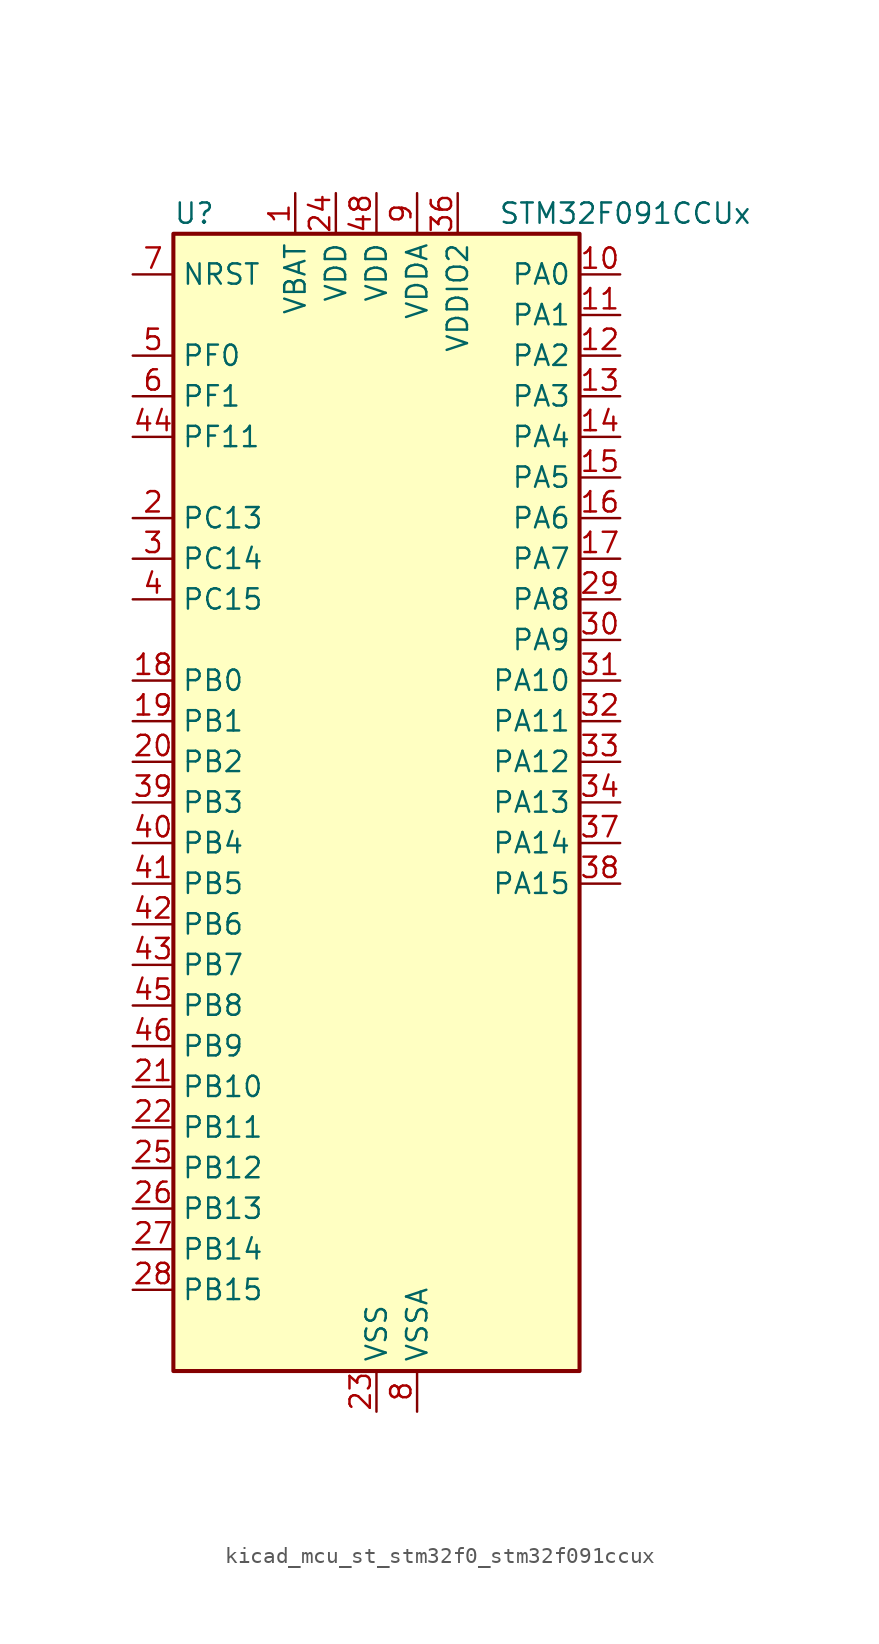
<source format=kicad_sym>
(kicad_symbol_lib
  (version 20220914)
  (generator kicad_symbol_editor)
  (symbol "kicad_mcu_st_stm32f0_stm32f091ccux"
    (property "Reference" "U"
      (at -12.7 36.83 0)
      (effects (font (size 1.27 1.27)) (justify left)))
    (property "Value" "STM32F091CCUx"
      (at 7.62 36.83 0)
      (effects (font (size 1.27 1.27)) (justify left)))
    (property "ki_locked" ""
      (at 0 0 0)
      (effects (font (size 1.27 1.27))))
    (symbol "kicad_mcu_st_stm32f0_stm32f091ccux_0_1"
      (rectangle (start -12.7 -35.56) (end 12.7 35.56) (stroke (width 0.254) (type default)) (fill (type background))))
    (symbol "kicad_mcu_st_stm32f0_stm32f091ccux_1_1"
      (pin power_in line (at -5.08 38.1 270) (length 2.54) (name "VBAT" (effects (font (size 1.27 1.27)))) (number "1" (effects (font (size 1.27 1.27)))))
      (pin bidirectional line (at 15.24 33.02 180) (length 2.54) (name "PA0" (effects (font (size 1.27 1.27)))) (number "10" (effects (font (size 1.27 1.27)))) (alternate "ADC_IN0" bidirectional line) (alternate "COMP1_INM" bidirectional line) (alternate "COMP1_OUT" bidirectional line) (alternate "RTC_TAMP2" bidirectional line) (alternate "SYS_WKUP1" bidirectional line) (alternate "TIM2_CH1" bidirectional line) (alternate "TIM2_ETR" bidirectional line) (alternate "TSC_G1_IO1" bidirectional line) (alternate "USART2_CTS" bidirectional line) (alternate "USART4_TX" bidirectional line))
      (pin bidirectional line (at 15.24 30.48 180) (length 2.54) (name "PA1" (effects (font (size 1.27 1.27)))) (number "11" (effects (font (size 1.27 1.27)))) (alternate "ADC_IN1" bidirectional line) (alternate "COMP1_INP" bidirectional line) (alternate "TIM15_CH1N" bidirectional line) (alternate "TIM2_CH2" bidirectional line) (alternate "TSC_G1_IO2" bidirectional line) (alternate "USART2_DE" bidirectional line) (alternate "USART2_RTS" bidirectional line) (alternate "USART4_RX" bidirectional line))
      (pin bidirectional line (at 15.24 27.94 180) (length 2.54) (name "PA2" (effects (font (size 1.27 1.27)))) (number "12" (effects (font (size 1.27 1.27)))) (alternate "ADC_IN2" bidirectional line) (alternate "COMP2_INM" bidirectional line) (alternate "COMP2_OUT" bidirectional line) (alternate "SYS_WKUP4" bidirectional line) (alternate "TIM15_CH1" bidirectional line) (alternate "TIM2_CH3" bidirectional line) (alternate "TSC_G1_IO3" bidirectional line) (alternate "USART2_TX" bidirectional line))
      (pin bidirectional line (at 15.24 25.4 180) (length 2.54) (name "PA3" (effects (font (size 1.27 1.27)))) (number "13" (effects (font (size 1.27 1.27)))) (alternate "ADC_IN3" bidirectional line) (alternate "COMP2_INP" bidirectional line) (alternate "TIM15_CH2" bidirectional line) (alternate "TIM2_CH4" bidirectional line) (alternate "TSC_G1_IO4" bidirectional line) (alternate "USART2_RX" bidirectional line))
      (pin bidirectional line (at 15.24 22.86 180) (length 2.54) (name "PA4" (effects (font (size 1.27 1.27)))) (number "14" (effects (font (size 1.27 1.27)))) (alternate "ADC_IN4" bidirectional line) (alternate "COMP1_INM" bidirectional line) (alternate "COMP2_INM" bidirectional line) (alternate "DAC_OUT1" bidirectional line) (alternate "I2S1_WS" bidirectional line) (alternate "SPI1_NSS" bidirectional line) (alternate "TIM14_CH1" bidirectional line) (alternate "TSC_G2_IO1" bidirectional line) (alternate "USART2_CK" bidirectional line) (alternate "USART6_TX" bidirectional line))
      (pin bidirectional line (at 15.24 20.32 180) (length 2.54) (name "PA5" (effects (font (size 1.27 1.27)))) (number "15" (effects (font (size 1.27 1.27)))) (alternate "ADC_IN5" bidirectional line) (alternate "CEC" bidirectional line) (alternate "COMP1_INM" bidirectional line) (alternate "COMP2_INM" bidirectional line) (alternate "DAC_OUT2" bidirectional line) (alternate "I2S1_CK" bidirectional line) (alternate "SPI1_SCK" bidirectional line) (alternate "TIM2_CH1" bidirectional line) (alternate "TIM2_ETR" bidirectional line) (alternate "TSC_G2_IO2" bidirectional line) (alternate "USART6_RX" bidirectional line))
      (pin bidirectional line (at 15.24 17.78 180) (length 2.54) (name "PA6" (effects (font (size 1.27 1.27)))) (number "16" (effects (font (size 1.27 1.27)))) (alternate "ADC_IN6" bidirectional line) (alternate "COMP1_OUT" bidirectional line) (alternate "I2S1_MCK" bidirectional line) (alternate "SPI1_MISO" bidirectional line) (alternate "TIM16_CH1" bidirectional line) (alternate "TIM1_BKIN" bidirectional line) (alternate "TIM3_CH1" bidirectional line) (alternate "TSC_G2_IO3" bidirectional line) (alternate "USART3_CTS" bidirectional line))
      (pin bidirectional line (at 15.24 15.24 180) (length 2.54) (name "PA7" (effects (font (size 1.27 1.27)))) (number "17" (effects (font (size 1.27 1.27)))) (alternate "ADC_IN7" bidirectional line) (alternate "COMP2_OUT" bidirectional line) (alternate "I2S1_SD" bidirectional line) (alternate "SPI1_MOSI" bidirectional line) (alternate "TIM14_CH1" bidirectional line) (alternate "TIM17_CH1" bidirectional line) (alternate "TIM1_CH1N" bidirectional line) (alternate "TIM3_CH2" bidirectional line) (alternate "TSC_G2_IO4" bidirectional line))
      (pin bidirectional line (at -15.24 7.62 0) (length 2.54) (name "PB0" (effects (font (size 1.27 1.27)))) (number "18" (effects (font (size 1.27 1.27)))) (alternate "ADC_IN8" bidirectional line) (alternate "TIM1_CH2N" bidirectional line) (alternate "TIM3_CH3" bidirectional line) (alternate "TSC_G3_IO2" bidirectional line) (alternate "USART3_CK" bidirectional line))
      (pin bidirectional line (at -15.24 5.08 0) (length 2.54) (name "PB1" (effects (font (size 1.27 1.27)))) (number "19" (effects (font (size 1.27 1.27)))) (alternate "ADC_IN9" bidirectional line) (alternate "TIM14_CH1" bidirectional line) (alternate "TIM1_CH3N" bidirectional line) (alternate "TIM3_CH4" bidirectional line) (alternate "TSC_G3_IO3" bidirectional line) (alternate "USART3_DE" bidirectional line) (alternate "USART3_RTS" bidirectional line))
      (pin bidirectional line (at -15.24 17.78 0) (length 2.54) (name "PC13" (effects (font (size 1.27 1.27)))) (number "2" (effects (font (size 1.27 1.27)))) (alternate "RTC_OUT_ALARM" bidirectional line) (alternate "RTC_OUT_CALIB" bidirectional line) (alternate "RTC_TAMP1" bidirectional line) (alternate "RTC_TS" bidirectional line) (alternate "SYS_WKUP2" bidirectional line))
      (pin bidirectional line (at -15.24 2.54 0) (length 2.54) (name "PB2" (effects (font (size 1.27 1.27)))) (number "20" (effects (font (size 1.27 1.27)))) (alternate "TSC_G3_IO4" bidirectional line))
      (pin bidirectional line (at -15.24 -17.78 0) (length 2.54) (name "PB10" (effects (font (size 1.27 1.27)))) (number "21" (effects (font (size 1.27 1.27)))) (alternate "CEC" bidirectional line) (alternate "I2C2_SCL" bidirectional line) (alternate "I2S2_CK" bidirectional line) (alternate "SPI2_SCK" bidirectional line) (alternate "TIM2_CH3" bidirectional line) (alternate "TSC_SYNC" bidirectional line) (alternate "USART3_TX" bidirectional line))
      (pin bidirectional line (at -15.24 -20.32 0) (length 2.54) (name "PB11" (effects (font (size 1.27 1.27)))) (number "22" (effects (font (size 1.27 1.27)))) (alternate "I2C2_SDA" bidirectional line) (alternate "TIM2_CH4" bidirectional line) (alternate "TSC_G6_IO1" bidirectional line) (alternate "USART3_RX" bidirectional line))
      (pin power_in line (at 0 -38.1 90) (length 2.54) (name "VSS" (effects (font (size 1.27 1.27)))) (number "23" (effects (font (size 1.27 1.27)))))
      (pin power_in line (at -2.54 38.1 270) (length 2.54) (name "VDD" (effects (font (size 1.27 1.27)))) (number "24" (effects (font (size 1.27 1.27)))))
      (pin bidirectional line (at -15.24 -22.86 0) (length 2.54) (name "PB12" (effects (font (size 1.27 1.27)))) (number "25" (effects (font (size 1.27 1.27)))) (alternate "I2S2_WS" bidirectional line) (alternate "SPI2_NSS" bidirectional line) (alternate "TIM15_BKIN" bidirectional line) (alternate "TIM1_BKIN" bidirectional line) (alternate "TSC_G6_IO2" bidirectional line) (alternate "USART3_CK" bidirectional line))
      (pin bidirectional line (at -15.24 -25.4 0) (length 2.54) (name "PB13" (effects (font (size 1.27 1.27)))) (number "26" (effects (font (size 1.27 1.27)))) (alternate "I2C2_SCL" bidirectional line) (alternate "I2S2_CK" bidirectional line) (alternate "SPI2_SCK" bidirectional line) (alternate "TIM1_CH1N" bidirectional line) (alternate "TSC_G6_IO3" bidirectional line) (alternate "USART3_CTS" bidirectional line))
      (pin bidirectional line (at -15.24 -27.94 0) (length 2.54) (name "PB14" (effects (font (size 1.27 1.27)))) (number "27" (effects (font (size 1.27 1.27)))) (alternate "I2C2_SDA" bidirectional line) (alternate "I2S2_MCK" bidirectional line) (alternate "SPI2_MISO" bidirectional line) (alternate "TIM15_CH1" bidirectional line) (alternate "TIM1_CH2N" bidirectional line) (alternate "TSC_G6_IO4" bidirectional line) (alternate "USART3_DE" bidirectional line) (alternate "USART3_RTS" bidirectional line))
      (pin bidirectional line (at -15.24 -30.48 0) (length 2.54) (name "PB15" (effects (font (size 1.27 1.27)))) (number "28" (effects (font (size 1.27 1.27)))) (alternate "I2S2_SD" bidirectional line) (alternate "RTC_REFIN" bidirectional line) (alternate "SPI2_MOSI" bidirectional line) (alternate "SYS_WKUP7" bidirectional line) (alternate "TIM15_CH1N" bidirectional line) (alternate "TIM15_CH2" bidirectional line) (alternate "TIM1_CH3N" bidirectional line))
      (pin bidirectional line (at 15.24 12.7 180) (length 2.54) (name "PA8" (effects (font (size 1.27 1.27)))) (number "29" (effects (font (size 1.27 1.27)))) (alternate "CRS_SYNC" bidirectional line) (alternate "RCC_MCO" bidirectional line) (alternate "TIM1_CH1" bidirectional line) (alternate "USART1_CK" bidirectional line))
      (pin bidirectional line (at -15.24 15.24 0) (length 2.54) (name "PC14" (effects (font (size 1.27 1.27)))) (number "3" (effects (font (size 1.27 1.27)))) (alternate "RCC_OSC32_IN" bidirectional line))
      (pin bidirectional line (at 15.24 10.16 180) (length 2.54) (name "PA9" (effects (font (size 1.27 1.27)))) (number "30" (effects (font (size 1.27 1.27)))) (alternate "DAC_EXTI9" bidirectional line) (alternate "I2C1_SCL" bidirectional line) (alternate "RCC_MCO" bidirectional line) (alternate "TIM15_BKIN" bidirectional line) (alternate "TIM1_CH2" bidirectional line) (alternate "TSC_G4_IO1" bidirectional line) (alternate "USART1_TX" bidirectional line))
      (pin bidirectional line (at 15.24 7.62 180) (length 2.54) (name "PA10" (effects (font (size 1.27 1.27)))) (number "31" (effects (font (size 1.27 1.27)))) (alternate "I2C1_SDA" bidirectional line) (alternate "TIM17_BKIN" bidirectional line) (alternate "TIM1_CH3" bidirectional line) (alternate "TSC_G4_IO2" bidirectional line) (alternate "USART1_RX" bidirectional line))
      (pin bidirectional line (at 15.24 5.08 180) (length 2.54) (name "PA11" (effects (font (size 1.27 1.27)))) (number "32" (effects (font (size 1.27 1.27)))) (alternate "CAN_RX" bidirectional line) (alternate "COMP1_OUT" bidirectional line) (alternate "I2C2_SCL" bidirectional line) (alternate "TIM1_CH4" bidirectional line) (alternate "TSC_G4_IO3" bidirectional line) (alternate "USART1_CTS" bidirectional line))
      (pin bidirectional line (at 15.24 2.54 180) (length 2.54) (name "PA12" (effects (font (size 1.27 1.27)))) (number "33" (effects (font (size 1.27 1.27)))) (alternate "CAN_TX" bidirectional line) (alternate "COMP2_OUT" bidirectional line) (alternate "I2C2_SDA" bidirectional line) (alternate "TIM1_ETR" bidirectional line) (alternate "TSC_G4_IO4" bidirectional line) (alternate "USART1_DE" bidirectional line) (alternate "USART1_RTS" bidirectional line))
      (pin bidirectional line (at 15.24 0 180) (length 2.54) (name "PA13" (effects (font (size 1.27 1.27)))) (number "34" (effects (font (size 1.27 1.27)))) (alternate "IR_OUT" bidirectional line) (alternate "SYS_SWDIO" bidirectional line))
      (pin passive line (at 0 -38.1 90) (length 2.54) hide (name "VSS" (effects (font (size 1.27 1.27)))) (number "35" (effects (font (size 1.27 1.27)))))
      (pin power_in line (at 5.08 38.1 270) (length 2.54) (name "VDDIO2" (effects (font (size 1.27 1.27)))) (number "36" (effects (font (size 1.27 1.27)))))
      (pin bidirectional line (at 15.24 -2.54 180) (length 2.54) (name "PA14" (effects (font (size 1.27 1.27)))) (number "37" (effects (font (size 1.27 1.27)))) (alternate "SYS_SWCLK" bidirectional line) (alternate "USART2_TX" bidirectional line))
      (pin bidirectional line (at 15.24 -5.08 180) (length 2.54) (name "PA15" (effects (font (size 1.27 1.27)))) (number "38" (effects (font (size 1.27 1.27)))) (alternate "I2S1_WS" bidirectional line) (alternate "SPI1_NSS" bidirectional line) (alternate "TIM2_CH1" bidirectional line) (alternate "TIM2_ETR" bidirectional line) (alternate "USART2_RX" bidirectional line) (alternate "USART4_DE" bidirectional line) (alternate "USART4_RTS" bidirectional line))
      (pin bidirectional line (at -15.24 0 0) (length 2.54) (name "PB3" (effects (font (size 1.27 1.27)))) (number "39" (effects (font (size 1.27 1.27)))) (alternate "I2S1_CK" bidirectional line) (alternate "SPI1_SCK" bidirectional line) (alternate "TIM2_CH2" bidirectional line) (alternate "TSC_G5_IO1" bidirectional line) (alternate "USART5_TX" bidirectional line))
      (pin bidirectional line (at -15.24 12.7 0) (length 2.54) (name "PC15" (effects (font (size 1.27 1.27)))) (number "4" (effects (font (size 1.27 1.27)))) (alternate "RCC_OSC32_OUT" bidirectional line))
      (pin bidirectional line (at -15.24 -2.54 0) (length 2.54) (name "PB4" (effects (font (size 1.27 1.27)))) (number "40" (effects (font (size 1.27 1.27)))) (alternate "I2S1_MCK" bidirectional line) (alternate "SPI1_MISO" bidirectional line) (alternate "TIM17_BKIN" bidirectional line) (alternate "TIM3_CH1" bidirectional line) (alternate "TSC_G5_IO2" bidirectional line) (alternate "USART5_RX" bidirectional line))
      (pin bidirectional line (at -15.24 -5.08 0) (length 2.54) (name "PB5" (effects (font (size 1.27 1.27)))) (number "41" (effects (font (size 1.27 1.27)))) (alternate "I2C1_SMBA" bidirectional line) (alternate "I2S1_SD" bidirectional line) (alternate "SPI1_MOSI" bidirectional line) (alternate "SYS_WKUP6" bidirectional line) (alternate "TIM16_BKIN" bidirectional line) (alternate "TIM3_CH2" bidirectional line) (alternate "USART5_CK" bidirectional line) (alternate "USART5_DE" bidirectional line) (alternate "USART5_RTS" bidirectional line))
      (pin bidirectional line (at -15.24 -7.62 0) (length 2.54) (name "PB6" (effects (font (size 1.27 1.27)))) (number "42" (effects (font (size 1.27 1.27)))) (alternate "I2C1_SCL" bidirectional line) (alternate "TIM16_CH1N" bidirectional line) (alternate "TSC_G5_IO3" bidirectional line) (alternate "USART1_TX" bidirectional line))
      (pin bidirectional line (at -15.24 -10.16 0) (length 2.54) (name "PB7" (effects (font (size 1.27 1.27)))) (number "43" (effects (font (size 1.27 1.27)))) (alternate "I2C1_SDA" bidirectional line) (alternate "TIM17_CH1N" bidirectional line) (alternate "TSC_G5_IO4" bidirectional line) (alternate "USART1_RX" bidirectional line) (alternate "USART4_CTS" bidirectional line))
      (pin bidirectional line (at -15.24 22.86 0) (length 2.54) (name "PF11" (effects (font (size 1.27 1.27)))) (number "44" (effects (font (size 1.27 1.27)))))
      (pin bidirectional line (at -15.24 -12.7 0) (length 2.54) (name "PB8" (effects (font (size 1.27 1.27)))) (number "45" (effects (font (size 1.27 1.27)))) (alternate "CAN_RX" bidirectional line) (alternate "CEC" bidirectional line) (alternate "I2C1_SCL" bidirectional line) (alternate "TIM16_CH1" bidirectional line) (alternate "TSC_SYNC" bidirectional line))
      (pin bidirectional line (at -15.24 -15.24 0) (length 2.54) (name "PB9" (effects (font (size 1.27 1.27)))) (number "46" (effects (font (size 1.27 1.27)))) (alternate "CAN_TX" bidirectional line) (alternate "DAC_EXTI9" bidirectional line) (alternate "I2C1_SDA" bidirectional line) (alternate "I2S2_WS" bidirectional line) (alternate "IR_OUT" bidirectional line) (alternate "SPI2_NSS" bidirectional line) (alternate "TIM17_CH1" bidirectional line))
      (pin passive line (at 0 -38.1 90) (length 2.54) hide (name "VSS" (effects (font (size 1.27 1.27)))) (number "47" (effects (font (size 1.27 1.27)))))
      (pin power_in line (at 0 38.1 270) (length 2.54) (name "VDD" (effects (font (size 1.27 1.27)))) (number "48" (effects (font (size 1.27 1.27)))))
      (pin passive line (at 0 -38.1 90) (length 2.54) hide (name "VSS" (effects (font (size 1.27 1.27)))) (number "49" (effects (font (size 1.27 1.27)))))
      (pin bidirectional line (at -15.24 27.94 0) (length 2.54) (name "PF0" (effects (font (size 1.27 1.27)))) (number "5" (effects (font (size 1.27 1.27)))) (alternate "CRS_SYNC" bidirectional line) (alternate "I2C1_SDA" bidirectional line) (alternate "RCC_OSC_IN" bidirectional line))
      (pin bidirectional line (at -15.24 25.4 0) (length 2.54) (name "PF1" (effects (font (size 1.27 1.27)))) (number "6" (effects (font (size 1.27 1.27)))) (alternate "I2C1_SCL" bidirectional line) (alternate "RCC_OSC_OUT" bidirectional line))
      (pin input line (at -15.24 33.02 0) (length 2.54) (name "NRST" (effects (font (size 1.27 1.27)))) (number "7" (effects (font (size 1.27 1.27)))))
      (pin power_in line (at 2.54 -38.1 90) (length 2.54) (name "VSSA" (effects (font (size 1.27 1.27)))) (number "8" (effects (font (size 1.27 1.27)))))
      (pin power_in line (at 2.54 38.1 270) (length 2.54) (name "VDDA" (effects (font (size 1.27 1.27)))) (number "9" (effects (font (size 1.27 1.27))))))))
</source>
